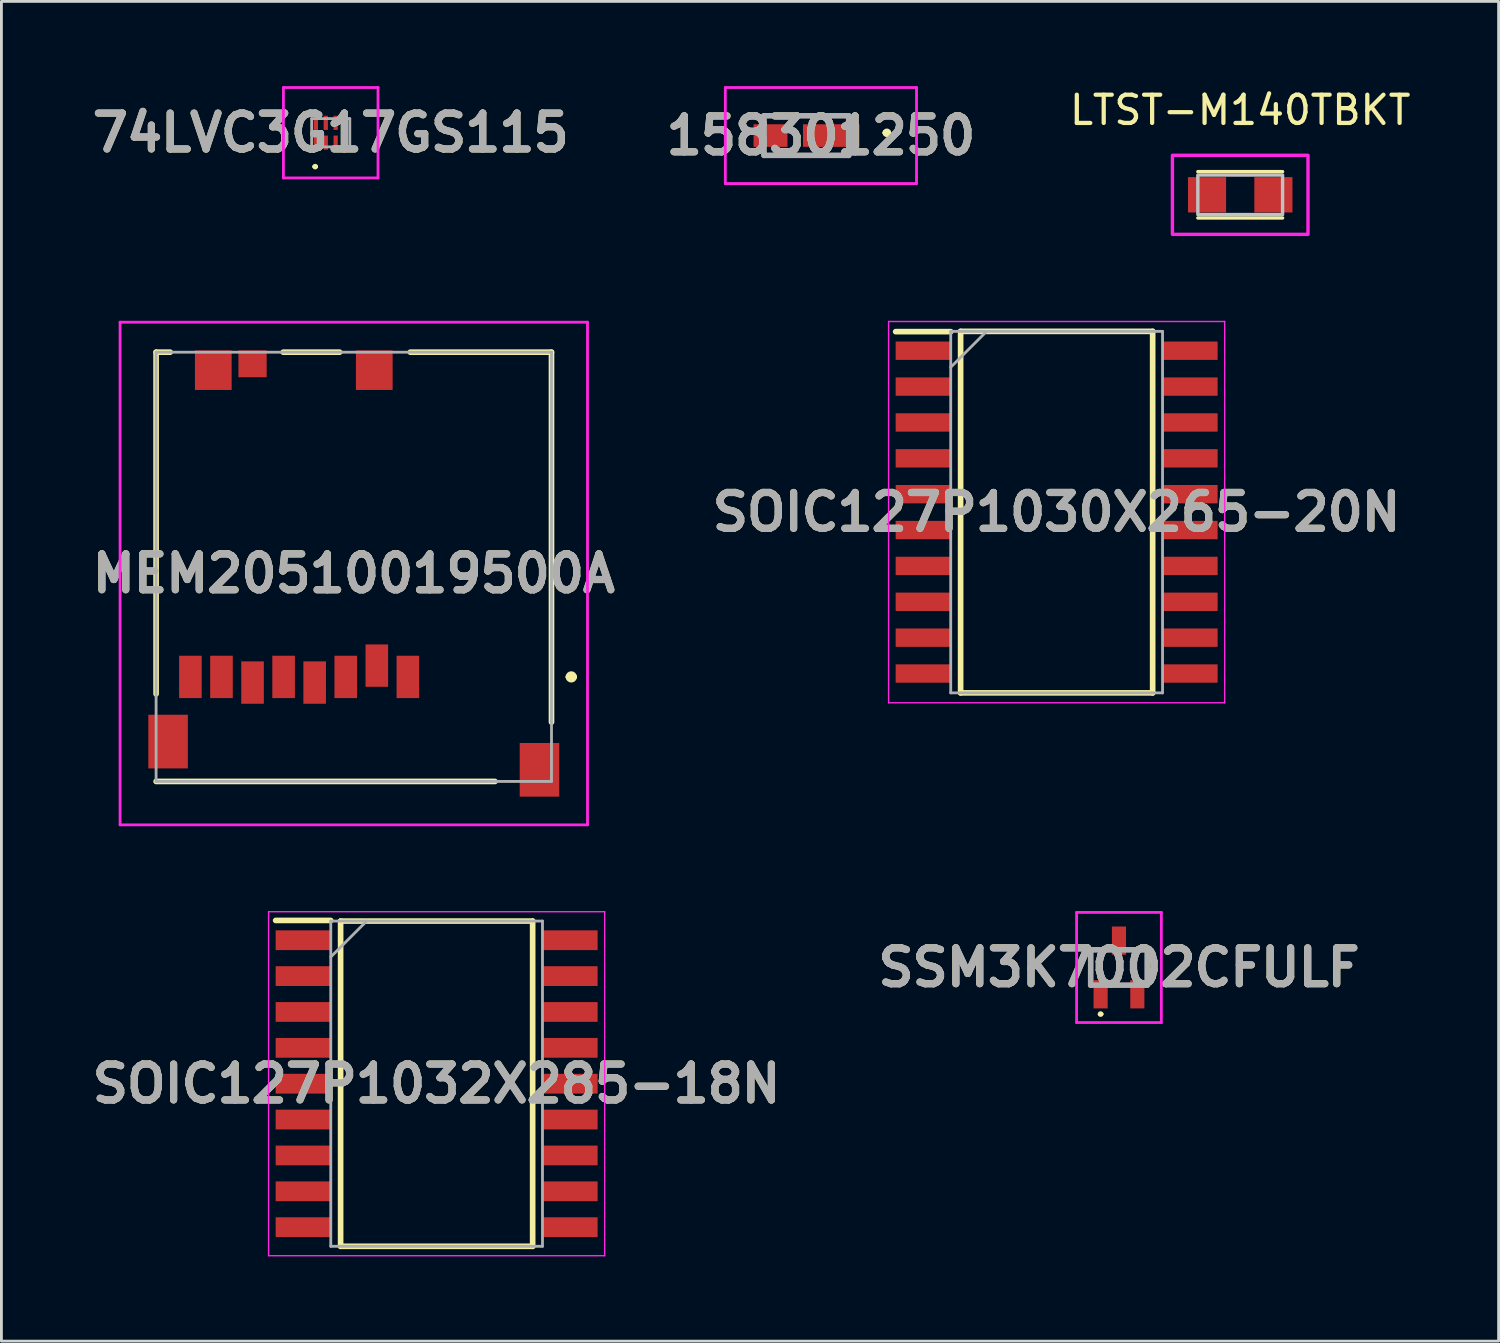
<source format=kicad_pcb>
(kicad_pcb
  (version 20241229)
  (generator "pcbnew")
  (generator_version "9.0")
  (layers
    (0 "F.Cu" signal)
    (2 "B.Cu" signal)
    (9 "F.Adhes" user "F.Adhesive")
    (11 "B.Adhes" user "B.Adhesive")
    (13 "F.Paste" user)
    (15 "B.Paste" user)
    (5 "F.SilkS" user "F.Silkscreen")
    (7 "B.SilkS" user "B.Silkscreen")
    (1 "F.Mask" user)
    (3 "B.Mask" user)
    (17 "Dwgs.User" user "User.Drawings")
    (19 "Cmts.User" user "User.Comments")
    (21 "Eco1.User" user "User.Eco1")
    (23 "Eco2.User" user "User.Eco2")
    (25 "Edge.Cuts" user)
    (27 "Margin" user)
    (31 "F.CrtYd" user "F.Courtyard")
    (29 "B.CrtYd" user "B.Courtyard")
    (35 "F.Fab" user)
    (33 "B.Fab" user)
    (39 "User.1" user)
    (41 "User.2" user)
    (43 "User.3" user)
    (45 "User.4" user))
  (footprint "SOIC127P1030X265-20N"
    (layer "F.Cu")
    (at 34.363 15.083)
    (property "Reference" "SOIC127P1030X265-20N" (at 0 0 0) (layer "F.SilkS") (effects (font (size 1.27 1.27) (thickness 0.254))))
    (attr smd)
    (fp_line (start -5.7 -6.39) (end -3.75 -6.39) (stroke (width 0.2) (type solid)) (layer "F.SilkS"))
    (fp_line (start -3.4 -6.4) (end 3.4 -6.4) (stroke (width 0.2) (type solid)) (layer "F.SilkS"))
    (fp_line (start -3.4 6.4) (end -3.4 -6.4) (stroke (width 0.2) (type solid)) (layer "F.SilkS"))
    (fp_line (start 3.4 -6.4) (end 3.4 6.4) (stroke (width 0.2) (type solid)) (layer "F.SilkS"))
    (fp_line (start 3.4 6.4) (end -3.4 6.4) (stroke (width 0.2) (type solid)) (layer "F.SilkS"))
    (fp_line (start -5.95 -6.75) (end 5.95 -6.75) (stroke (width 0.05) (type solid)) (layer "F.CrtYd"))
    (fp_line (start -5.95 6.75) (end -5.95 -6.75) (stroke (width 0.05) (type solid)) (layer "F.CrtYd"))
    (fp_line (start 5.95 -6.75) (end 5.95 6.75) (stroke (width 0.05) (type solid)) (layer "F.CrtYd"))
    (fp_line (start 5.95 6.75) (end -5.95 6.75) (stroke (width 0.05) (type solid)) (layer "F.CrtYd"))
    (fp_line (start -3.75 -6.4) (end 3.75 -6.4) (stroke (width 0.1) (type solid)) (layer "F.Fab"))
    (fp_line (start -3.75 -5.13) (end -2.48 -6.4) (stroke (width 0.1) (type solid)) (layer "F.Fab"))
    (fp_line (start -3.75 6.4) (end -3.75 -6.4) (stroke (width 0.1) (type solid)) (layer "F.Fab"))
    (fp_line (start 3.75 -6.4) (end 3.75 6.4) (stroke (width 0.1) (type solid)) (layer "F.Fab"))
    (fp_line (start 3.75 6.4) (end -3.75 6.4) (stroke (width 0.1) (type solid)) (layer "F.Fab"))
    (fp_text user "${REFERENCE}" (at 0 0 0) (layer "F.Fab") (effects (font (size 1.27 1.27) (thickness 0.254))))
    (pad "1" smd rect (at -4.725 -5.715 90) (size 0.65 1.95) (layers "F.Cu" "F.Mask" "F.Paste"))
    (pad "2" smd rect (at -4.725 -4.445 90) (size 0.65 1.95) (layers "F.Cu" "F.Mask" "F.Paste"))
    (pad "3" smd rect (at -4.725 -3.175 90) (size 0.65 1.95) (layers "F.Cu" "F.Mask" "F.Paste"))
    (pad "4" smd rect (at -4.725 -1.905 90) (size 0.65 1.95) (layers "F.Cu" "F.Mask" "F.Paste"))
    (pad "5" smd rect (at -4.725 -0.635 90) (size 0.65 1.95) (layers "F.Cu" "F.Mask" "F.Paste"))
    (pad "6" smd rect (at -4.725 0.635 90) (size 0.65 1.95) (layers "F.Cu" "F.Mask" "F.Paste"))
    (pad "7" smd rect (at -4.725 1.905 90) (size 0.65 1.95) (layers "F.Cu" "F.Mask" "F.Paste"))
    (pad "8" smd rect (at -4.725 3.175 90) (size 0.65 1.95) (layers "F.Cu" "F.Mask" "F.Paste"))
    (pad "9" smd rect (at -4.725 4.445 90) (size 0.65 1.95) (layers "F.Cu" "F.Mask" "F.Paste"))
    (pad "10" smd rect (at -4.725 5.715 90) (size 0.65 1.95) (layers "F.Cu" "F.Mask" "F.Paste"))
    (pad "11" smd rect (at 4.725 5.715 90) (size 0.65 1.95) (layers "F.Cu" "F.Mask" "F.Paste"))
    (pad "12" smd rect (at 4.725 4.445 90) (size 0.65 1.95) (layers "F.Cu" "F.Mask" "F.Paste"))
    (pad "13" smd rect (at 4.725 3.175 90) (size 0.65 1.95) (layers "F.Cu" "F.Mask" "F.Paste"))
    (pad "14" smd rect (at 4.725 1.905 90) (size 0.65 1.95) (layers "F.Cu" "F.Mask" "F.Paste"))
    (pad "15" smd rect (at 4.725 0.635 90) (size 0.65 1.95) (layers "F.Cu" "F.Mask" "F.Paste"))
    (pad "16" smd rect (at 4.725 -0.635 90) (size 0.65 1.95) (layers "F.Cu" "F.Mask" "F.Paste"))
    (pad "17" smd rect (at 4.725 -1.905 90) (size 0.65 1.95) (layers "F.Cu" "F.Mask" "F.Paste"))
    (pad "18" smd rect (at 4.725 -3.175 90) (size 0.65 1.95) (layers "F.Cu" "F.Mask" "F.Paste"))
    (pad "19" smd rect (at 4.725 -4.445 90) (size 0.65 1.95) (layers "F.Cu" "F.Mask" "F.Paste"))
    (pad "20" smd rect (at 4.725 -5.715 90) (size 0.65 1.95) (layers "F.Cu" "F.Mask" "F.Paste")))
  (footprint "SOIC127P1032X285-18N"
    (layer "F.Cu")
    (at 12.41 35.321)
    (property "Reference" "SOIC127P1032X285-18N" (at 0 0 0) (layer "F.SilkS") (effects (font (size 1.27 1.27) (thickness 0.254))))
    (attr smd)
    (fp_line (start -5.7 -5.78) (end -3.75 -5.78) (stroke (width 0.2) (type solid)) (layer "F.SilkS"))
    (fp_line (start -3.4 -5.758) (end 3.4 -5.758) (stroke (width 0.2) (type solid)) (layer "F.SilkS"))
    (fp_line (start -3.4 5.758) (end -3.4 -5.758) (stroke (width 0.2) (type solid)) (layer "F.SilkS"))
    (fp_line (start 3.4 -5.758) (end 3.4 5.758) (stroke (width 0.2) (type solid)) (layer "F.SilkS"))
    (fp_line (start 3.4 5.758) (end -3.4 5.758) (stroke (width 0.2) (type solid)) (layer "F.SilkS"))
    (fp_line (start -5.95 -6.09) (end 5.95 -6.09) (stroke (width 0.05) (type solid)) (layer "F.CrtYd"))
    (fp_line (start -5.95 6.09) (end -5.95 -6.09) (stroke (width 0.05) (type solid)) (layer "F.CrtYd"))
    (fp_line (start 5.95 -6.09) (end 5.95 6.09) (stroke (width 0.05) (type solid)) (layer "F.CrtYd"))
    (fp_line (start 5.95 6.09) (end -5.95 6.09) (stroke (width 0.05) (type solid)) (layer "F.CrtYd"))
    (fp_line (start -3.748 -5.758) (end 3.748 -5.758) (stroke (width 0.1) (type solid)) (layer "F.Fab"))
    (fp_line (start -3.748 -4.488) (end -2.478 -5.758) (stroke (width 0.1) (type solid)) (layer "F.Fab"))
    (fp_line (start -3.748 5.758) (end -3.748 -5.758) (stroke (width 0.1) (type solid)) (layer "F.Fab"))
    (fp_line (start 3.748 -5.758) (end 3.748 5.758) (stroke (width 0.1) (type solid)) (layer "F.Fab"))
    (fp_line (start 3.748 5.758) (end -3.748 5.758) (stroke (width 0.1) (type solid)) (layer "F.Fab"))
    (fp_text user "${REFERENCE}" (at 0 0 0) (layer "F.Fab") (effects (font (size 1.27 1.27) (thickness 0.254))))
    (pad "1" smd rect (at -4.725 -5.08 90) (size 0.7 1.95) (layers "F.Cu" "F.Mask" "F.Paste"))
    (pad "2" smd rect (at -4.725 -3.81 90) (size 0.7 1.95) (layers "F.Cu" "F.Mask" "F.Paste"))
    (pad "3" smd rect (at -4.725 -2.54 90) (size 0.7 1.95) (layers "F.Cu" "F.Mask" "F.Paste"))
    (pad "4" smd rect (at -4.725 -1.27 90) (size 0.7 1.95) (layers "F.Cu" "F.Mask" "F.Paste"))
    (pad "5" smd rect (at -4.725 0 90) (size 0.7 1.95) (layers "F.Cu" "F.Mask" "F.Paste"))
    (pad "6" smd rect (at -4.725 1.27 90) (size 0.7 1.95) (layers "F.Cu" "F.Mask" "F.Paste"))
    (pad "7" smd rect (at -4.725 2.54 90) (size 0.7 1.95) (layers "F.Cu" "F.Mask" "F.Paste"))
    (pad "8" smd rect (at -4.725 3.81 90) (size 0.7 1.95) (layers "F.Cu" "F.Mask" "F.Paste"))
    (pad "9" smd rect (at -4.725 5.08 90) (size 0.7 1.95) (layers "F.Cu" "F.Mask" "F.Paste"))
    (pad "10" smd rect (at 4.725 5.08 90) (size 0.7 1.95) (layers "F.Cu" "F.Mask" "F.Paste"))
    (pad "11" smd rect (at 4.725 3.81 90) (size 0.7 1.95) (layers "F.Cu" "F.Mask" "F.Paste"))
    (pad "12" smd rect (at 4.725 2.54 90) (size 0.7 1.95) (layers "F.Cu" "F.Mask" "F.Paste"))
    (pad "13" smd rect (at 4.725 1.27 90) (size 0.7 1.95) (layers "F.Cu" "F.Mask" "F.Paste"))
    (pad "14" smd rect (at 4.725 0 90) (size 0.7 1.95) (layers "F.Cu" "F.Mask" "F.Paste"))
    (pad "15" smd rect (at 4.725 -1.27 90) (size 0.7 1.95) (layers "F.Cu" "F.Mask" "F.Paste"))
    (pad "16" smd rect (at 4.725 -2.54 90) (size 0.7 1.95) (layers "F.Cu" "F.Mask" "F.Paste"))
    (pad "17" smd rect (at 4.725 -3.81 90) (size 0.7 1.95) (layers "F.Cu" "F.Mask" "F.Paste"))
    (pad "18" smd rect (at 4.725 -5.08 90) (size 0.7 1.95) (layers "F.Cu" "F.Mask" "F.Paste")))
  (footprint "74LVC3G17GS115"
    (layer "F.Cu")
    (at 8.66 1.65)
    (property "Reference" "74LVC3G17GS115" (at 0 0 0) (layer "F.SilkS") (effects (font (size 1.27 1.27) (thickness 0.254))))
    (attr smd)
    (fp_line (start -0.6 1.2) (end -0.6 1.2) (stroke (width 0.1) (type solid)) (layer "F.SilkS"))
    (fp_line (start -0.5 1.2) (end -0.5 1.2) (stroke (width 0.1) (type solid)) (layer "F.SilkS"))
    (fp_arc (start -0.6 1.2) (mid -0.55 1.15) (end -0.5 1.2) (stroke (width 0.1) (type solid)) (layer "F.SilkS"))
    (fp_arc (start -0.5 1.2) (mid -0.55 1.25) (end -0.6 1.2) (stroke (width 0.1) (type solid)) (layer "F.SilkS"))
    (fp_line (start -1.675 -1.6) (end 1.675 -1.6) (stroke (width 0.1) (type solid)) (layer "F.CrtYd"))
    (fp_line (start -1.675 1.6) (end -1.675 -1.6) (stroke (width 0.1) (type solid)) (layer "F.CrtYd"))
    (fp_line (start 1.675 -1.6) (end 1.675 1.6) (stroke (width 0.1) (type solid)) (layer "F.CrtYd"))
    (fp_line (start 1.675 1.6) (end -1.675 1.6) (stroke (width 0.1) (type solid)) (layer "F.CrtYd"))
    (fp_line (start -0.675 -0.5) (end 0.675 -0.5) (stroke (width 0.1) (type solid)) (layer "F.Fab"))
    (fp_line (start -0.675 0.5) (end -0.675 -0.5) (stroke (width 0.1) (type solid)) (layer "F.Fab"))
    (fp_line (start 0.675 -0.5) (end 0.675 0.5) (stroke (width 0.1) (type solid)) (layer "F.Fab"))
    (fp_line (start 0.675 0.5) (end -0.675 0.5) (stroke (width 0.1) (type solid)) (layer "F.Fab"))
    (fp_text user "${REFERENCE}" (at 0 0 0) (layer "F.Fab") (effects (font (size 1.27 1.27) (thickness 0.254))))
    (pad "1" smd rect (at -0.525 0.35) (size 0.15 0.5) (layers "F.Cu" "F.Mask" "F.Paste"))
    (pad "2" smd rect (at -0.175 0.35) (size 0.15 0.5) (layers "F.Cu" "F.Mask" "F.Paste"))
    (pad "3" smd rect (at 0.175 0.35) (size 0.15 0.5) (layers "F.Cu" "F.Mask" "F.Paste"))
    (pad "4" smd rect (at 0.525 0.35) (size 0.15 0.5) (layers "F.Cu" "F.Mask" "F.Paste"))
    (pad "5" smd rect (at 0.525 -0.35) (size 0.15 0.5) (layers "F.Cu" "F.Mask" "F.Paste"))
    (pad "6" smd rect (at 0.175 -0.35) (size 0.15 0.5) (layers "F.Cu" "F.Mask" "F.Paste"))
    (pad "7" smd rect (at -0.175 -0.35) (size 0.15 0.5) (layers "F.Cu" "F.Mask" "F.Paste"))
    (pad "8" smd rect (at -0.525 -0.35) (size 0.15 0.5) (layers "F.Cu" "F.Mask" "F.Paste")))
  (footprint "158301250"
    (layer "F.Cu")
    (at 25.502 1.75)
    (property "Reference" "158301250" (at 0.515 0 0) (layer "F.SilkS") (effects (font (size 1.27 1.27) (thickness 0.254))))
    (attr smd)
    (fp_line (start -1.5 -0.7) (end -1.5 -0.7) (stroke (width 0.1) (type solid)) (layer "F.SilkS"))
    (fp_line (start -1.5 -0.7) (end 1.5 -0.7) (stroke (width 0.1) (type solid)) (layer "F.SilkS"))
    (fp_line (start -1.5 0.7) (end -1.5 0.7) (stroke (width 0.1) (type solid)) (layer "F.SilkS"))
    (fp_line (start -1.5 0.7) (end 1.5 0.7) (stroke (width 0.1) (type solid)) (layer "F.SilkS"))
    (fp_line (start 1.5 -0.7) (end -1.5 -0.7) (stroke (width 0.1) (type solid)) (layer "F.SilkS"))
    (fp_line (start 1.5 -0.7) (end 1.5 -0.7) (stroke (width 0.1) (type solid)) (layer "F.SilkS"))
    (fp_line (start 1.5 0.7) (end -1.5 0.7) (stroke (width 0.1) (type solid)) (layer "F.SilkS"))
    (fp_line (start 1.5 0.7) (end 1.5 0.7) (stroke (width 0.1) (type solid)) (layer "F.SilkS"))
    (fp_line (start 2.8 -0.1) (end 2.8 -0.1) (stroke (width 0.2) (type solid)) (layer "F.SilkS"))
    (fp_line (start 2.8 -0.1) (end 2.8 -0.1) (stroke (width 0.2) (type solid)) (layer "F.SilkS"))
    (fp_line (start 2.9 -0.1) (end 2.9 -0.1) (stroke (width 0.2) (type solid)) (layer "F.SilkS"))
    (fp_arc (start 2.8 -0.1) (mid 2.85 -0.15) (end 2.9 -0.1) (stroke (width 0.2) (type solid)) (layer "F.SilkS"))
    (fp_arc (start 2.9 -0.1) (mid 2.85 -0.05) (end 2.8 -0.1) (stroke (width 0.2) (type solid)) (layer "F.SilkS"))
    (fp_arc (start 2.9 -0.1) (mid 2.85 -0.05) (end 2.8 -0.1) (stroke (width 0.2) (type solid)) (layer "F.SilkS"))
    (fp_line (start -2.87 -1.7) (end 3.9 -1.7) (stroke (width 0.1) (type solid)) (layer "F.CrtYd"))
    (fp_line (start -2.87 1.7) (end -2.87 -1.7) (stroke (width 0.1) (type solid)) (layer "F.CrtYd"))
    (fp_line (start 3.9 -1.7) (end 3.9 1.7) (stroke (width 0.1) (type solid)) (layer "F.CrtYd"))
    (fp_line (start 3.9 1.7) (end -2.87 1.7) (stroke (width 0.1) (type solid)) (layer "F.CrtYd"))
    (fp_line (start -1.5 -0.7) (end -1.5 0.7) (stroke (width 0.2) (type solid)) (layer "F.Fab"))
    (fp_line (start -1.5 0.7) (end 1.5 0.7) (stroke (width 0.2) (type solid)) (layer "F.Fab"))
    (fp_line (start 1.5 -0.7) (end -1.5 -0.7) (stroke (width 0.2) (type solid)) (layer "F.Fab"))
    (fp_line (start 1.5 0.7) (end 1.5 -0.7) (stroke (width 0.2) (type solid)) (layer "F.Fab"))
    (fp_text user "${REFERENCE}" (at 0.515 0 0) (layer "F.Fab") (effects (font (size 1.27 1.27) (thickness 0.254))))
    (pad "1" smd rect (at 0.88 0 90) (size 0.8 2) (layers "F.Cu" "F.Mask" "F.Paste"))
    (pad "2" smd rect (at -1.27 0 90) (size 0.8 1.2) (layers "F.Cu" "F.Mask" "F.Paste")))
  (footprint "SSM3K7002CFULF"
    (layer "F.Cu")
    (at 36.57 31.206)
    (property "Reference" "SSM3K7002CFULF" (at 0 0 0) (layer "F.SilkS") (effects (font (size 1.27 1.27) (thickness 0.254))))
    (attr smd)
    (fp_line (start -1 -0.625) (end -1 0.2) (stroke (width 0.1) (type solid)) (layer "F.SilkS"))
    (fp_line (start -0.7 1.65) (end -0.7 1.65) (stroke (width 0.1) (type solid)) (layer "F.SilkS"))
    (fp_line (start -0.6 1.65) (end -0.6 1.65) (stroke (width 0.1) (type solid)) (layer "F.SilkS"))
    (fp_line (start -0.4 -0.625) (end -1 -0.625) (stroke (width 0.1) (type solid)) (layer "F.SilkS"))
    (fp_line (start -0.2 0.625) (end 0.2 0.625) (stroke (width 0.1) (type solid)) (layer "F.SilkS"))
    (fp_line (start 0.4 -0.625) (end 1 -0.625) (stroke (width 0.1) (type solid)) (layer "F.SilkS"))
    (fp_line (start 1 -0.625) (end 1 0.2) (stroke (width 0.1) (type solid)) (layer "F.SilkS"))
    (fp_arc (start -0.7 1.65) (mid -0.65 1.6) (end -0.6 1.65) (stroke (width 0.1) (type solid)) (layer "F.SilkS"))
    (fp_arc (start -0.6 1.65) (mid -0.65 1.7) (end -0.7 1.65) (stroke (width 0.1) (type solid)) (layer "F.SilkS"))
    (fp_line (start -1.5 -1.95) (end 1.5 -1.95) (stroke (width 0.1) (type solid)) (layer "F.CrtYd"))
    (fp_line (start -1.5 1.95) (end -1.5 -1.95) (stroke (width 0.1) (type solid)) (layer "F.CrtYd"))
    (fp_line (start 1.5 -1.95) (end 1.5 1.95) (stroke (width 0.1) (type solid)) (layer "F.CrtYd"))
    (fp_line (start 1.5 1.95) (end -1.5 1.95) (stroke (width 0.1) (type solid)) (layer "F.CrtYd"))
    (fp_line (start -1 -0.625) (end 1 -0.625) (stroke (width 0.2) (type solid)) (layer "F.Fab"))
    (fp_line (start -1 0.625) (end -1 -0.625) (stroke (width 0.2) (type solid)) (layer "F.Fab"))
    (fp_line (start 1 -0.625) (end 1 0.625) (stroke (width 0.2) (type solid)) (layer "F.Fab"))
    (fp_line (start 1 0.625) (end -1 0.625) (stroke (width 0.2) (type solid)) (layer "F.Fab"))
    (fp_text user "${REFERENCE}" (at 0 0 0) (layer "F.Fab") (effects (font (size 1.27 1.27) (thickness 0.254))))
    (pad "1" smd rect (at -0.65 0.95) (size 0.5 1) (layers "F.Cu" "F.Mask" "F.Paste"))
    (pad "2" smd rect (at 0.65 0.95) (size 0.5 1) (layers "F.Cu" "F.Mask" "F.Paste"))
    (pad "3" smd rect (at 0 -0.95) (size 0.5 1) (layers "F.Cu" "F.Mask" "F.Paste")))
  (footprint "LTST-M140TBKT"
    (layer "F.Cu")
    (at 40.863 3.848)
    (property "Reference" "LTST-M140TBKT" (at 0 -3 0) (unlocked yes) (layer "F.SilkS") (effects (font (size 1 1) (thickness 0.15))))
    (attr smd)
    (fp_line (start -1.5 -0.82) (end 1.5 -0.82) (stroke (width 0.12) (type solid)) (layer "F.SilkS"))
    (fp_line (start -1.5 0.82) (end 1.5 0.82) (stroke (width 0.12) (type solid)) (layer "F.SilkS"))
    (fp_rect (start -1.5 0.7) (end 1.5 -0.7) (stroke (width 0.12) (type solid)) (fill no) (layer "Dwgs.User"))
    (fp_rect (start -2.4 -1.4) (end 2.4 1.4) (stroke (width 0.12) (type solid)) (fill no) (layer "F.CrtYd"))
    (pad "1" smd rect (at -1.175 0) (size 1.35 1.25) (layers "F.Cu" "F.Mask" "F.Paste"))
    (pad "2" smd rect (at 1.175 0) (size 1.35 1.25) (layers "F.Cu" "F.Mask" "F.Paste")))
  (footprint "MEM20510019500A"
    (layer "F.Cu")
    (at 9.477 17.257)
    (property "Reference" "MEM20510019500A" (at 0 0 0) (layer "F.SilkS") (effects (font (size 1.27 1.27) (thickness 0.254))))
    (attr smd)
    (fp_line (start -7 -7.837) (end -7 4.263) (stroke (width 0.2) (type solid)) (layer "F.SilkS"))
    (fp_line (start -7 7.362) (end 5 7.362) (stroke (width 0.2) (type solid)) (layer "F.SilkS"))
    (fp_line (start -6.5 -7.837) (end -7 -7.837) (stroke (width 0.2) (type solid)) (layer "F.SilkS"))
    (fp_line (start -2.5 -7.837) (end -0.5 -7.837) (stroke (width 0.2) (type solid)) (layer "F.SilkS"))
    (fp_line (start 7 -7.837) (end 2 -7.837) (stroke (width 0.2) (type solid)) (layer "F.SilkS"))
    (fp_line (start 7 5.263) (end 7 -7.837) (stroke (width 0.2) (type solid)) (layer "F.SilkS"))
    (fp_line (start 7.6 3.661) (end 7.6 3.661) (stroke (width 0.2) (type solid)) (layer "F.SilkS"))
    (fp_line (start 7.8 3.661) (end 7.8 3.661) (stroke (width 0.2) (type solid)) (layer "F.SilkS"))
    (fp_arc (start 7.6 3.66) (mid 7.7005 3.5605) (end 7.8 3.661) (stroke (width 0.2) (type solid)) (layer "F.SilkS"))
    (fp_arc (start 7.8 3.66) (mid 7.7005 3.7605) (end 7.6 3.661) (stroke (width 0.2) (type solid)) (layer "F.SilkS"))
    (fp_line (start -8.275 -8.899) (end 8.275 -8.899) (stroke (width 0.1) (type solid)) (layer "F.CrtYd"))
    (fp_line (start -8.275 8.899) (end -8.275 -8.899) (stroke (width 0.1) (type solid)) (layer "F.CrtYd"))
    (fp_line (start 8.275 -8.899) (end 8.275 8.899) (stroke (width 0.1) (type solid)) (layer "F.CrtYd"))
    (fp_line (start 8.275 8.899) (end -8.275 8.899) (stroke (width 0.1) (type solid)) (layer "F.CrtYd"))
    (fp_line (start -7 -7.837) (end 7 -7.837) (stroke (width 0.1) (type solid)) (layer "F.Fab"))
    (fp_line (start -7 7.362) (end -7 -7.837) (stroke (width 0.1) (type solid)) (layer "F.Fab"))
    (fp_line (start 7 -7.837) (end 7 7.362) (stroke (width 0.1) (type solid)) (layer "F.Fab"))
    (fp_line (start 7 7.362) (end -7 7.362) (stroke (width 0.1) (type solid)) (layer "F.Fab"))
    (fp_text user "${REFERENCE}" (at 0 0 0) (layer "F.Fab") (effects (font (size 1.27 1.27) (thickness 0.254))))
    (pad "MP1" smd rect (at -4.975 -7.199) (size 1.3 1.4) (layers "F.Cu" "F.Mask" "F.Paste"))
    (pad "MP2" smd rect (at -3.585 -7.425 90) (size 0.95 1) (layers "F.Cu" "F.Mask" "F.Paste"))
    (pad "MP3" smd rect (at 0.725 -7.199) (size 1.3 1.4) (layers "F.Cu" "F.Mask" "F.Paste"))
    (pad "MP4" smd rect (at -6.575 5.95) (size 1.4 1.9) (layers "F.Cu" "F.Mask" "F.Paste"))
    (pad "MP5" smd rect (at 6.575 6.95) (size 1.4 1.9) (layers "F.Cu" "F.Mask" "F.Paste"))
    (pad "P1" smd rect (at 1.915 3.661) (size 0.8 1.5) (layers "F.Cu" "F.Mask" "F.Paste"))
    (pad "P2" smd rect (at 0.815 3.261) (size 0.8 1.5) (layers "F.Cu" "F.Mask" "F.Paste"))
    (pad "P3" smd rect (at -0.285 3.661) (size 0.8 1.5) (layers "F.Cu" "F.Mask" "F.Paste"))
    (pad "P4" smd rect (at -1.385 3.861) (size 0.8 1.5) (layers "F.Cu" "F.Mask" "F.Paste"))
    (pad "P5" smd rect (at -2.485 3.661) (size 0.8 1.5) (layers "F.Cu" "F.Mask" "F.Paste"))
    (pad "P6" smd rect (at -3.585 3.861) (size 0.8 1.5) (layers "F.Cu" "F.Mask" "F.Paste"))
    (pad "P7" smd rect (at -4.685 3.661) (size 0.8 1.5) (layers "F.Cu" "F.Mask" "F.Paste"))
    (pad "P8" smd rect (at -5.785 3.661) (size 0.8 1.5) (layers "F.Cu" "F.Mask" "F.Paste")))
  (gr_rect
    (start -3 -3)
    (end 50.012 44.436)
    (stroke (width 0.1) (type default))
    (fill no)
    (layer "Edge.Cuts")))
</source>
